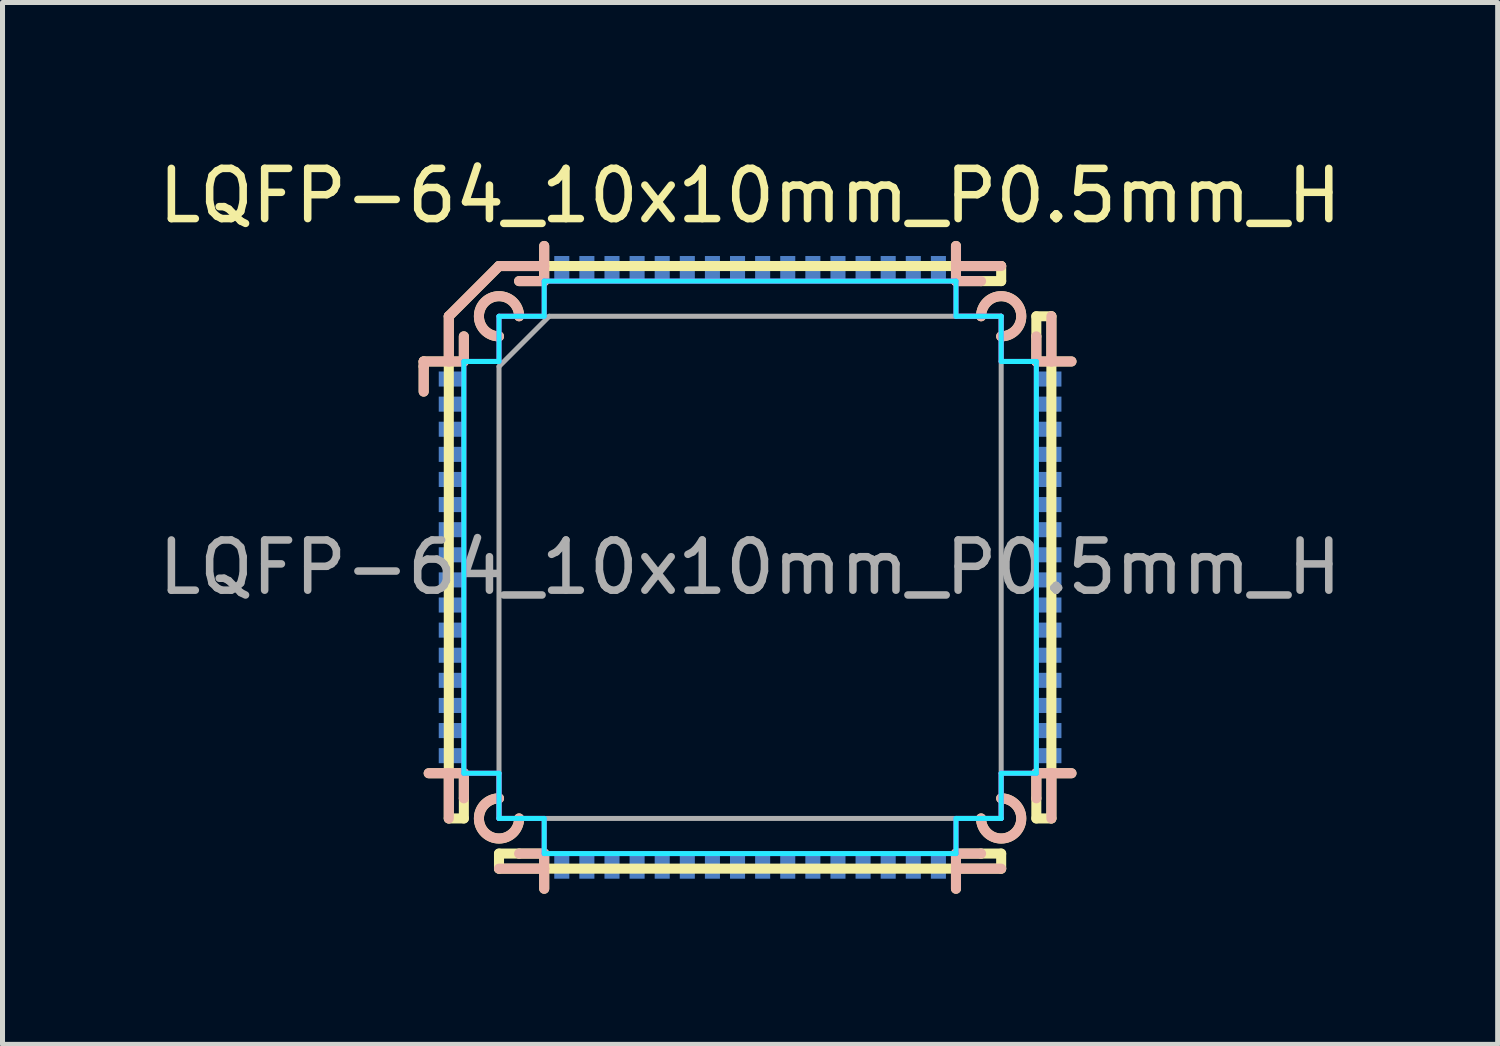
<source format=kicad_pcb>
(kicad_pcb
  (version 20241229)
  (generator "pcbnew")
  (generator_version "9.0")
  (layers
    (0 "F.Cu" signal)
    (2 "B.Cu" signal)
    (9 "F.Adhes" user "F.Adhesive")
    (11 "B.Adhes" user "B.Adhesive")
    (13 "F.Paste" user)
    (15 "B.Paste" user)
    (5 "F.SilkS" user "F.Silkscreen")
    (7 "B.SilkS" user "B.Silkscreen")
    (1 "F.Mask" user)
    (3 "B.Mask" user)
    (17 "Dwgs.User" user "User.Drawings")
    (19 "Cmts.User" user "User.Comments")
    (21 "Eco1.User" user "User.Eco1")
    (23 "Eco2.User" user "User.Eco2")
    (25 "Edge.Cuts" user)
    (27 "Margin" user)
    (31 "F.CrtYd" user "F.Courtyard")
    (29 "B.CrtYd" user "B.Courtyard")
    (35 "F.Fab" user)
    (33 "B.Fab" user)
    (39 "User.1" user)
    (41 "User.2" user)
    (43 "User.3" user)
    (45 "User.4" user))
  (footprint "LQFP-64_10x10mm_P0.5mm_H"
    (layer "F.Cu")
    (at 11.887 8.248)
    (property "Reference" "LQFP-64_10x10mm_P0.5mm_H" (at 0 -7.4 0) (layer "F.SilkS") (effects (font (size 1 1) (thickness 0.15))))
    (attr smd)
    (fp_line (start -6.5 -4.1) (end -6.5 -4) (stroke (width 0.2) (type solid)) (layer "F.SilkS"))
    (fp_line (start -6.5 -4) (end -6.5 -3.5) (stroke (width 0.2) (type solid)) (layer "F.SilkS"))
    (fp_line (start -6 -5) (end -5 -6) (stroke (width 0.2) (type solid)) (layer "F.SilkS"))
    (fp_line (start -6 -4.1) (end -6.5 -4.1) (stroke (width 0.2) (type solid)) (layer "F.SilkS"))
    (fp_line (start -6 -4.1) (end -5.7 -4.1) (stroke (width 0.2) (type solid)) (layer "F.SilkS"))
    (fp_line (start -6 4.1) (end -6.4 4.1) (stroke (width 0.2) (type solid)) (layer "F.SilkS"))
    (fp_line (start -6 4.1) (end -5.7 4.1) (stroke (width 0.2) (type solid)) (layer "F.SilkS"))
    (fp_line (start -6 5) (end -6 -5) (stroke (width 0.2) (type solid)) (layer "F.SilkS"))
    (fp_line (start -5.7 -4.1) (end -5.7 -4.6) (stroke (width 0.2) (type solid)) (layer "F.SilkS"))
    (fp_line (start -5.7 4.1) (end -5.7 4.6) (stroke (width 0.2) (type solid)) (layer "F.SilkS"))
    (fp_line (start -5.7 4.6) (end -5.7 5) (stroke (width 0.2) (type solid)) (layer "F.SilkS"))
    (fp_line (start -5.7 5) (end -6 5) (stroke (width 0.2) (type solid)) (layer "F.SilkS"))
    (fp_line (start -5 -6) (end 5 -6) (stroke (width 0.2) (type solid)) (layer "F.SilkS"))
    (fp_line (start -5 5.7) (end -5 6) (stroke (width 0.2) (type solid)) (layer "F.SilkS"))
    (fp_line (start -4.6 5.7) (end -5 5.7) (stroke (width 0.2) (type solid)) (layer "F.SilkS"))
    (fp_line (start -4.1 -6) (end -4.1 -6.4) (stroke (width 0.2) (type solid)) (layer "F.SilkS"))
    (fp_line (start -4.1 -6) (end -4.1 -5.7) (stroke (width 0.2) (type solid)) (layer "F.SilkS"))
    (fp_line (start -4.1 -5.7) (end -4.6 -5.7) (stroke (width 0.2) (type solid)) (layer "F.SilkS"))
    (fp_line (start -4.1 5.7) (end -4.6 5.7) (stroke (width 0.2) (type solid)) (layer "F.SilkS"))
    (fp_line (start -4.1 6) (end -4.1 5.7) (stroke (width 0.2) (type solid)) (layer "F.SilkS"))
    (fp_line (start -4.1 6) (end -4.1 6.4) (stroke (width 0.2) (type solid)) (layer "F.SilkS"))
    (fp_line (start 4.1 -6) (end 4.1 -6.4) (stroke (width 0.2) (type solid)) (layer "F.SilkS"))
    (fp_line (start 4.1 -6) (end 4.1 -5.7) (stroke (width 0.2) (type solid)) (layer "F.SilkS"))
    (fp_line (start 4.1 -5.7) (end 4.6 -5.7) (stroke (width 0.2) (type solid)) (layer "F.SilkS"))
    (fp_line (start 4.1 5.7) (end 4.6 5.7) (stroke (width 0.2) (type solid)) (layer "F.SilkS"))
    (fp_line (start 4.1 6) (end 4.1 5.7) (stroke (width 0.2) (type solid)) (layer "F.SilkS"))
    (fp_line (start 4.1 6) (end 4.1 6.4) (stroke (width 0.2) (type solid)) (layer "F.SilkS"))
    (fp_line (start 4.6 -5.7) (end 5 -5.7) (stroke (width 0.2) (type solid)) (layer "F.SilkS"))
    (fp_line (start 4.6 5.7) (end 5 5.7) (stroke (width 0.2) (type solid)) (layer "F.SilkS"))
    (fp_line (start 5 -5.7) (end 5 -6) (stroke (width 0.2) (type solid)) (layer "F.SilkS"))
    (fp_line (start 5 5.7) (end 5 6) (stroke (width 0.2) (type solid)) (layer "F.SilkS"))
    (fp_line (start 5 6) (end -5 6) (stroke (width 0.2) (type solid)) (layer "F.SilkS"))
    (fp_line (start 5.7 -5) (end 6 -5) (stroke (width 0.2) (type solid)) (layer "F.SilkS"))
    (fp_line (start 5.7 -4.6) (end 5.7 -5) (stroke (width 0.2) (type solid)) (layer "F.SilkS"))
    (fp_line (start 5.7 -4.1) (end 5.7 -4.6) (stroke (width 0.2) (type solid)) (layer "F.SilkS"))
    (fp_line (start 5.7 4.1) (end 5.7 4.6) (stroke (width 0.2) (type solid)) (layer "F.SilkS"))
    (fp_line (start 5.7 4.6) (end 5.7 5) (stroke (width 0.2) (type solid)) (layer "F.SilkS"))
    (fp_line (start 5.7 5) (end 6 5) (stroke (width 0.2) (type solid)) (layer "F.SilkS"))
    (fp_line (start 6 -5) (end 6 5) (stroke (width 0.2) (type solid)) (layer "F.SilkS"))
    (fp_line (start 6 -4.1) (end 5.7 -4.1) (stroke (width 0.2) (type solid)) (layer "F.SilkS"))
    (fp_line (start 6 -4.1) (end 6.4 -4.1) (stroke (width 0.2) (type solid)) (layer "F.SilkS"))
    (fp_line (start 6 4.1) (end 5.7 4.1) (stroke (width 0.2) (type solid)) (layer "F.SilkS"))
    (fp_line (start 6 4.1) (end 6.4 4.1) (stroke (width 0.2) (type solid)) (layer "F.SilkS"))
    (fp_arc (start -5 -4.6) (mid -5.282843 -5.282843) (end -4.6 -5) (stroke (width 0.2) (type solid)) (layer "F.SilkS"))
    (fp_arc (start -4.6 5) (mid -5.282843 5.282843) (end -5 4.6) (stroke (width 0.2) (type solid)) (layer "F.SilkS"))
    (fp_arc (start 4.6 -5) (mid 5.282843 -5.282843) (end 5 -4.6) (stroke (width 0.2) (type solid)) (layer "F.SilkS"))
    (fp_arc (start 5 4.6) (mid 5.282843 5.282843) (end 4.6 5) (stroke (width 0.2) (type solid)) (layer "F.SilkS"))
    (fp_line (start -6.5 -4.1) (end -6.5 -4) (stroke (width 0.2) (type solid)) (layer "B.SilkS"))
    (fp_line (start -6.5 -4) (end -6.5 -3.5) (stroke (width 0.2) (type solid)) (layer "B.SilkS"))
    (fp_line (start -6 -5) (end -6 -4.1) (stroke (width 0.2) (type solid)) (layer "B.SilkS"))
    (fp_line (start -6 -5) (end -5 -6) (stroke (width 0.2) (type solid)) (layer "B.SilkS"))
    (fp_line (start -6 -4.1) (end -6.5 -4.1) (stroke (width 0.2) (type solid)) (layer "B.SilkS"))
    (fp_line (start -6 4.1) (end -6.4 4.1) (stroke (width 0.2) (type solid)) (layer "B.SilkS"))
    (fp_line (start -6 4.1) (end -6 5) (stroke (width 0.2) (type solid)) (layer "B.SilkS"))
    (fp_line (start -5.7 -4.1) (end -6 -4.1) (stroke (width 0.2) (type solid)) (layer "B.SilkS"))
    (fp_line (start -5.7 -4.1) (end -5.7 -4.6) (stroke (width 0.2) (type solid)) (layer "B.SilkS"))
    (fp_line (start -5.7 4.1) (end -6 4.1) (stroke (width 0.2) (type solid)) (layer "B.SilkS"))
    (fp_line (start -5.7 4.1) (end -5.7 4.6) (stroke (width 0.2) (type solid)) (layer "B.SilkS"))
    (fp_line (start -5 -6) (end -4.1 -6) (stroke (width 0.2) (type solid)) (layer "B.SilkS"))
    (fp_line (start -4.1 -6) (end -4.1 -6.4) (stroke (width 0.2) (type solid)) (layer "B.SilkS"))
    (fp_line (start -4.1 -5.7) (end -4.6 -5.7) (stroke (width 0.2) (type solid)) (layer "B.SilkS"))
    (fp_line (start -4.1 -5.7) (end -4.1 -6) (stroke (width 0.2) (type solid)) (layer "B.SilkS"))
    (fp_line (start -4.1 5.7) (end -4.6 5.7) (stroke (width 0.2) (type solid)) (layer "B.SilkS"))
    (fp_line (start -4.1 5.7) (end -4.1 6) (stroke (width 0.2) (type solid)) (layer "B.SilkS"))
    (fp_line (start -4.1 6) (end -5 6) (stroke (width 0.2) (type solid)) (layer "B.SilkS"))
    (fp_line (start -4.1 6) (end -4.1 6.4) (stroke (width 0.2) (type solid)) (layer "B.SilkS"))
    (fp_line (start 4.1 -6) (end 4.1 -6.4) (stroke (width 0.2) (type solid)) (layer "B.SilkS"))
    (fp_line (start 4.1 -6) (end 5 -6) (stroke (width 0.2) (type solid)) (layer "B.SilkS"))
    (fp_line (start 4.1 -5.7) (end 4.1 -6) (stroke (width 0.2) (type solid)) (layer "B.SilkS"))
    (fp_line (start 4.1 -5.7) (end 4.6 -5.7) (stroke (width 0.2) (type solid)) (layer "B.SilkS"))
    (fp_line (start 4.1 5.7) (end 4.1 6) (stroke (width 0.2) (type solid)) (layer "B.SilkS"))
    (fp_line (start 4.1 5.7) (end 4.6 5.7) (stroke (width 0.2) (type solid)) (layer "B.SilkS"))
    (fp_line (start 4.1 6) (end 4.1 6.4) (stroke (width 0.2) (type solid)) (layer "B.SilkS"))
    (fp_line (start 4.1 6) (end 5 6) (stroke (width 0.2) (type solid)) (layer "B.SilkS"))
    (fp_line (start 5.7 -4.1) (end 5.7 -4.6) (stroke (width 0.2) (type solid)) (layer "B.SilkS"))
    (fp_line (start 5.7 -4.1) (end 6 -4.1) (stroke (width 0.2) (type solid)) (layer "B.SilkS"))
    (fp_line (start 5.7 4.1) (end 5.7 4.6) (stroke (width 0.2) (type solid)) (layer "B.SilkS"))
    (fp_line (start 5.7 4.1) (end 6 4.1) (stroke (width 0.2) (type solid)) (layer "B.SilkS"))
    (fp_line (start 6 -5) (end 6 -4.1) (stroke (width 0.2) (type solid)) (layer "B.SilkS"))
    (fp_line (start 6 -4.1) (end 6.4 -4.1) (stroke (width 0.2) (type solid)) (layer "B.SilkS"))
    (fp_line (start 6 4.1) (end 6.4 4.1) (stroke (width 0.2) (type solid)) (layer "B.SilkS"))
    (fp_line (start 6 5) (end 6 4.1) (stroke (width 0.2) (type solid)) (layer "B.SilkS"))
    (fp_arc (start -5 -4.6) (mid -5.282843 -5.282843) (end -4.6 -5) (stroke (width 0.2) (type solid)) (layer "B.SilkS"))
    (fp_arc (start -4.6 5) (mid -5.282843 5.282843) (end -5 4.6) (stroke (width 0.2) (type solid)) (layer "B.SilkS"))
    (fp_arc (start 4.6 -5) (mid 5.282843 -5.282843) (end 5 -4.6) (stroke (width 0.2) (type solid)) (layer "B.SilkS"))
    (fp_arc (start 5 4.6) (mid 5.282843 5.282843) (end 4.6 5) (stroke (width 0.2) (type solid)) (layer "B.SilkS"))
    (fp_line (start -5.7 -4.1) (end -5 -4.1) (stroke (width 0.1) (type solid)) (layer "B.CrtYd"))
    (fp_line (start -5.7 4.1) (end -5.7 -4.1) (stroke (width 0.1) (type solid)) (layer "B.CrtYd"))
    (fp_line (start -5 -5) (end -4.1 -5) (stroke (width 0.1) (type solid)) (layer "B.CrtYd"))
    (fp_line (start -5 -4.1) (end -5 -5) (stroke (width 0.1) (type solid)) (layer "B.CrtYd"))
    (fp_line (start -5 4.1) (end -5.7 4.1) (stroke (width 0.1) (type solid)) (layer "B.CrtYd"))
    (fp_line (start -5 5) (end -5 4.1) (stroke (width 0.1) (type solid)) (layer "B.CrtYd"))
    (fp_line (start -4.1 -5.7) (end 4.1 -5.7) (stroke (width 0.1) (type solid)) (layer "B.CrtYd"))
    (fp_line (start -4.1 -5) (end -4.1 -5.7) (stroke (width 0.1) (type solid)) (layer "B.CrtYd"))
    (fp_line (start -4.1 5) (end -5 5) (stroke (width 0.1) (type solid)) (layer "B.CrtYd"))
    (fp_line (start -4.1 5.7) (end -4.1 5) (stroke (width 0.1) (type solid)) (layer "B.CrtYd"))
    (fp_line (start 4.1 -5.7) (end 4.1 -5) (stroke (width 0.1) (type solid)) (layer "B.CrtYd"))
    (fp_line (start 4.1 -5) (end 5 -5) (stroke (width 0.1) (type solid)) (layer "B.CrtYd"))
    (fp_line (start 4.1 5) (end 4.1 5.7) (stroke (width 0.1) (type solid)) (layer "B.CrtYd"))
    (fp_line (start 4.1 5.7) (end -4.1 5.7) (stroke (width 0.1) (type solid)) (layer "B.CrtYd"))
    (fp_line (start 5 -5) (end 5 -4.1) (stroke (width 0.1) (type solid)) (layer "B.CrtYd"))
    (fp_line (start 5 -4.1) (end 5.7 -4.1) (stroke (width 0.1) (type solid)) (layer "B.CrtYd"))
    (fp_line (start 5 4.1) (end 5 5) (stroke (width 0.1) (type solid)) (layer "B.CrtYd"))
    (fp_line (start 5 5) (end 4.1 5) (stroke (width 0.1) (type solid)) (layer "B.CrtYd"))
    (fp_line (start 5.7 -4.1) (end 5.7 4.1) (stroke (width 0.1) (type solid)) (layer "B.CrtYd"))
    (fp_line (start 5.7 4.1) (end 5 4.1) (stroke (width 0.1) (type solid)) (layer "B.CrtYd"))
    (fp_line (start -5.7 -4.1) (end -5 -4.1) (stroke (width 0.1) (type solid)) (layer "F.CrtYd"))
    (fp_line (start -5.7 4.1) (end -5.7 -4.1) (stroke (width 0.1) (type solid)) (layer "F.CrtYd"))
    (fp_line (start -5 -5) (end -4.1 -5) (stroke (width 0.1) (type solid)) (layer "F.CrtYd"))
    (fp_line (start -5 -4.1) (end -5 -5) (stroke (width 0.1) (type solid)) (layer "F.CrtYd"))
    (fp_line (start -5 4.1) (end -5.7 4.1) (stroke (width 0.1) (type solid)) (layer "F.CrtYd"))
    (fp_line (start -5 5) (end -5 4.1) (stroke (width 0.1) (type solid)) (layer "F.CrtYd"))
    (fp_line (start -4.1 -5.7) (end 4.1 -5.7) (stroke (width 0.1) (type solid)) (layer "F.CrtYd"))
    (fp_line (start -4.1 -5) (end -4.1 -5.7) (stroke (width 0.1) (type solid)) (layer "F.CrtYd"))
    (fp_line (start -4.1 5) (end -5 5) (stroke (width 0.1) (type solid)) (layer "F.CrtYd"))
    (fp_line (start -4.1 5.7) (end -4.1 5) (stroke (width 0.1) (type solid)) (layer "F.CrtYd"))
    (fp_line (start 4.1 -5.7) (end 4.1 -5) (stroke (width 0.1) (type solid)) (layer "F.CrtYd"))
    (fp_line (start 4.1 -5) (end 5 -5) (stroke (width 0.1) (type solid)) (layer "F.CrtYd"))
    (fp_line (start 4.1 5) (end 4.1 5.7) (stroke (width 0.1) (type solid)) (layer "F.CrtYd"))
    (fp_line (start 4.1 5.7) (end -4.1 5.7) (stroke (width 0.1) (type solid)) (layer "F.CrtYd"))
    (fp_line (start 5 -5) (end 5 -4.1) (stroke (width 0.1) (type solid)) (layer "F.CrtYd"))
    (fp_line (start 5 -4.1) (end 5.7 -4.1) (stroke (width 0.1) (type solid)) (layer "F.CrtYd"))
    (fp_line (start 5 4.1) (end 5 5) (stroke (width 0.1) (type solid)) (layer "F.CrtYd"))
    (fp_line (start 5 5) (end 4.1 5) (stroke (width 0.1) (type solid)) (layer "F.CrtYd"))
    (fp_line (start 5.7 -4.1) (end 5.7 4.1) (stroke (width 0.1) (type solid)) (layer "F.CrtYd"))
    (fp_line (start 5.7 4.1) (end 5 4.1) (stroke (width 0.1) (type solid)) (layer "F.CrtYd"))
    (fp_line (start -5 -4) (end -4 -5) (stroke (width 0.1) (type solid)) (layer "F.Fab"))
    (fp_line (start -5 5) (end -5 -4) (stroke (width 0.1) (type solid)) (layer "F.Fab"))
    (fp_line (start -4 -5) (end 5 -5) (stroke (width 0.1) (type solid)) (layer "F.Fab"))
    (fp_line (start 5 -5) (end 5 5) (stroke (width 0.1) (type solid)) (layer "F.Fab"))
    (fp_line (start 5 5) (end -5 5) (stroke (width 0.1) (type solid)) (layer "F.Fab"))
    (fp_text user "${REFERENCE}" (at 0 0 0) (layer "F.Fab") (effects (font (size 1 1) (thickness 0.15))))
    (pad "1" smd rect (at -5.95 -3.75) (size 0.5 0.3) (layers "B.Cu" "B.Mask" "B.Paste"))
    (pad "2" smd rect (at -5.95 -3.25) (size 0.5 0.3) (layers "B.Cu" "B.Mask" "B.Paste"))
    (pad "3" smd rect (at -5.95 -2.75) (size 0.5 0.3) (layers "B.Cu" "B.Mask" "B.Paste"))
    (pad "4" smd rect (at -5.95 -2.25) (size 0.5 0.3) (layers "B.Cu" "B.Mask" "B.Paste"))
    (pad "5" smd rect (at -5.95 -1.75) (size 0.5 0.3) (layers "B.Cu" "B.Mask" "B.Paste"))
    (pad "6" smd rect (at -5.95 -1.25) (size 0.5 0.3) (layers "B.Cu" "B.Mask" "B.Paste"))
    (pad "7" smd rect (at -5.95 -0.75) (size 0.5 0.3) (layers "B.Cu" "B.Mask" "B.Paste"))
    (pad "8" smd rect (at -5.95 -0.25) (size 0.5 0.3) (layers "B.Cu" "B.Mask" "B.Paste"))
    (pad "9" smd rect (at -5.95 0.25) (size 0.5 0.3) (layers "B.Cu" "B.Mask" "B.Paste"))
    (pad "10" smd rect (at -5.95 0.75) (size 0.5 0.3) (layers "B.Cu" "B.Mask" "B.Paste"))
    (pad "11" smd rect (at -5.95 1.25) (size 0.5 0.3) (layers "B.Cu" "B.Mask" "B.Paste"))
    (pad "12" smd rect (at -5.95 1.75) (size 0.5 0.3) (layers "B.Cu" "B.Mask" "B.Paste"))
    (pad "13" smd rect (at -5.95 2.25) (size 0.5 0.3) (layers "B.Cu" "B.Mask" "B.Paste"))
    (pad "14" smd rect (at -5.95 2.75) (size 0.5 0.3) (layers "B.Cu" "B.Mask" "B.Paste"))
    (pad "15" smd rect (at -5.95 3.25) (size 0.5 0.3) (layers "B.Cu" "B.Mask" "B.Paste"))
    (pad "16" smd rect (at -5.95 3.75) (size 0.5 0.3) (layers "B.Cu" "B.Mask" "B.Paste"))
    (pad "17" smd rect (at -3.75 5.95) (size 0.3 0.5) (layers "B.Cu" "B.Mask" "B.Paste"))
    (pad "18" smd rect (at -3.25 5.95) (size 0.3 0.5) (layers "B.Cu" "B.Mask" "B.Paste"))
    (pad "19" smd rect (at -2.75 5.95) (size 0.3 0.5) (layers "B.Cu" "B.Mask" "B.Paste"))
    (pad "20" smd rect (at -2.25 5.95) (size 0.3 0.5) (layers "B.Cu" "B.Mask" "B.Paste"))
    (pad "21" smd rect (at -1.75 5.95) (size 0.3 0.5) (layers "B.Cu" "B.Mask" "B.Paste"))
    (pad "22" smd rect (at -1.25 5.95) (size 0.3 0.5) (layers "B.Cu" "B.Mask" "B.Paste"))
    (pad "23" smd rect (at -0.75 5.95) (size 0.3 0.5) (layers "B.Cu" "B.Mask" "B.Paste"))
    (pad "24" smd rect (at -0.25 5.95) (size 0.3 0.5) (layers "B.Cu" "B.Mask" "B.Paste"))
    (pad "25" smd rect (at 0.25 5.95) (size 0.3 0.5) (layers "B.Cu" "B.Mask" "B.Paste"))
    (pad "26" smd rect (at 0.75 5.95) (size 0.3 0.5) (layers "B.Cu" "B.Mask" "B.Paste"))
    (pad "27" smd rect (at 1.25 5.95) (size 0.3 0.5) (layers "B.Cu" "B.Mask" "B.Paste"))
    (pad "28" smd rect (at 1.75 5.95) (size 0.3 0.5) (layers "B.Cu" "B.Mask" "B.Paste"))
    (pad "29" smd rect (at 2.25 5.95) (size 0.3 0.5) (layers "B.Cu" "B.Mask" "B.Paste"))
    (pad "30" smd rect (at 2.75 5.95) (size 0.3 0.5) (layers "B.Cu" "B.Mask" "B.Paste"))
    (pad "31" smd rect (at 3.25 5.95) (size 0.3 0.5) (layers "B.Cu" "B.Mask" "B.Paste"))
    (pad "32" smd rect (at 3.75 5.95) (size 0.3 0.5) (layers "B.Cu" "B.Mask" "B.Paste"))
    (pad "33" smd rect (at 5.95 3.75) (size 0.5 0.3) (layers "B.Cu" "B.Mask" "B.Paste"))
    (pad "34" smd rect (at 5.95 3.25) (size 0.5 0.3) (layers "B.Cu" "B.Mask" "B.Paste"))
    (pad "35" smd rect (at 5.95 2.75) (size 0.5 0.3) (layers "B.Cu" "B.Mask" "B.Paste"))
    (pad "36" smd rect (at 5.95 2.25) (size 0.5 0.3) (layers "B.Cu" "B.Mask" "B.Paste"))
    (pad "37" smd rect (at 5.95 1.75) (size 0.5 0.3) (layers "B.Cu" "B.Mask" "B.Paste"))
    (pad "38" smd rect (at 5.95 1.25) (size 0.5 0.3) (layers "B.Cu" "B.Mask" "B.Paste"))
    (pad "39" smd rect (at 5.95 0.75) (size 0.5 0.3) (layers "B.Cu" "B.Mask" "B.Paste"))
    (pad "40" smd rect (at 5.95 0.25) (size 0.5 0.3) (layers "B.Cu" "B.Mask" "B.Paste"))
    (pad "41" smd rect (at 5.95 -0.25) (size 0.5 0.3) (layers "B.Cu" "B.Mask" "B.Paste"))
    (pad "42" smd rect (at 5.95 -0.75) (size 0.5 0.3) (layers "B.Cu" "B.Mask" "B.Paste"))
    (pad "43" smd rect (at 5.95 -1.25) (size 0.5 0.3) (layers "B.Cu" "B.Mask" "B.Paste"))
    (pad "44" smd rect (at 5.95 -1.75) (size 0.5 0.3) (layers "B.Cu" "B.Mask" "B.Paste"))
    (pad "45" smd rect (at 5.95 -2.25) (size 0.5 0.3) (layers "B.Cu" "B.Mask" "B.Paste"))
    (pad "46" smd rect (at 5.95 -2.75) (size 0.5 0.3) (layers "B.Cu" "B.Mask" "B.Paste"))
    (pad "47" smd rect (at 5.95 -3.25) (size 0.5 0.3) (layers "B.Cu" "B.Mask" "B.Paste"))
    (pad "48" smd rect (at 5.95 -3.75) (size 0.5 0.3) (layers "B.Cu" "B.Mask" "B.Paste"))
    (pad "49" smd rect (at 3.75 -5.95) (size 0.3 0.5) (layers "B.Cu" "B.Mask" "B.Paste"))
    (pad "50" smd rect (at 3.25 -5.95) (size 0.3 0.5) (layers "B.Cu" "B.Mask" "B.Paste"))
    (pad "51" smd rect (at 2.75 -5.95) (size 0.3 0.5) (layers "B.Cu" "B.Mask" "B.Paste"))
    (pad "52" smd rect (at 2.25 -5.95) (size 0.3 0.5) (layers "B.Cu" "B.Mask" "B.Paste"))
    (pad "53" smd rect (at 1.75 -5.95) (size 0.3 0.5) (layers "B.Cu" "B.Mask" "B.Paste"))
    (pad "54" smd rect (at 1.25 -5.95) (size 0.3 0.5) (layers "B.Cu" "B.Mask" "B.Paste"))
    (pad "55" smd rect (at 0.75 -5.95) (size 0.3 0.5) (layers "B.Cu" "B.Mask" "B.Paste"))
    (pad "56" smd rect (at 0.25 -5.95) (size 0.3 0.5) (layers "B.Cu" "B.Mask" "B.Paste"))
    (pad "57" smd rect (at -0.25 -5.95) (size 0.3 0.5) (layers "B.Cu" "B.Mask" "B.Paste"))
    (pad "58" smd rect (at -0.75 -5.95) (size 0.3 0.5) (layers "B.Cu" "B.Mask" "B.Paste"))
    (pad "59" smd rect (at -1.25 -5.95) (size 0.3 0.5) (layers "B.Cu" "B.Mask" "B.Paste"))
    (pad "60" smd rect (at -1.75 -5.95) (size 0.3 0.5) (layers "B.Cu" "B.Mask" "B.Paste"))
    (pad "61" smd rect (at -2.25 -5.95) (size 0.3 0.5) (layers "B.Cu" "B.Mask" "B.Paste"))
    (pad "62" smd rect (at -2.75 -5.95) (size 0.3 0.5) (layers "B.Cu" "B.Mask" "B.Paste"))
    (pad "63" smd rect (at -3.25 -5.95) (size 0.3 0.5) (layers "B.Cu" "B.Mask" "B.Paste"))
    (pad "64" smd rect (at -3.75 -5.95) (size 0.3 0.5) (layers "B.Cu" "B.Mask" "B.Paste")))
  (gr_rect
    (start -3 -3)
    (end 26.774 17.748)
    (stroke (width 0.1) (type default))
    (fill no)
    (layer "Edge.Cuts")))
</source>
